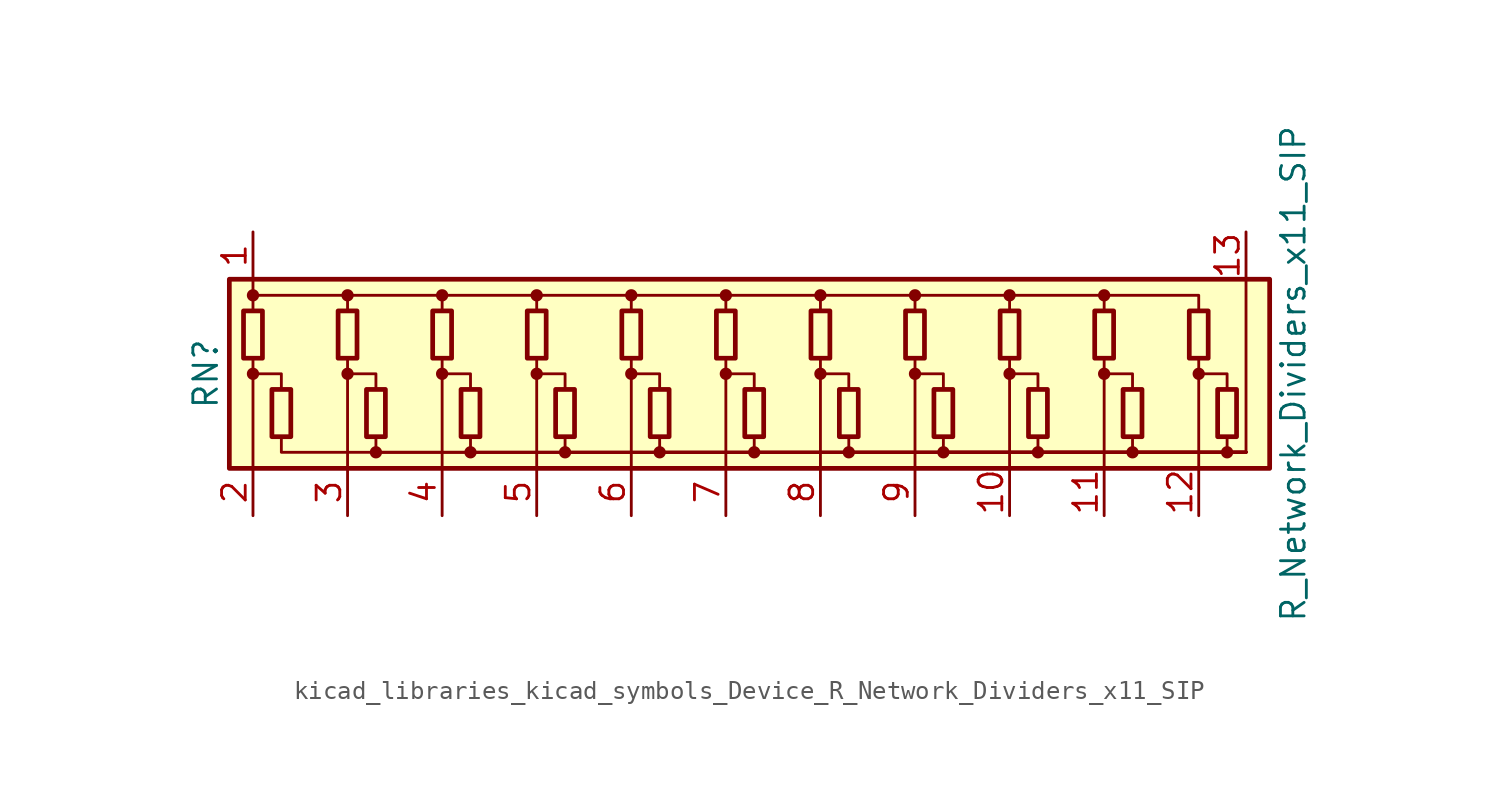
<source format=kicad_sym>
(kicad_symbol_lib
  (version 20220914)
  (generator kicad_symbol_editor)
  (symbol "kicad_libraries_kicad_symbols_Device_R_Network_Dividers_x11_SIP"
    (pin_names
      (offset 0) hide)
    (property "Reference" "RN"
      (at -27.94 0 90)
      (effects (font (size 1.27 1.27))))
    (property "Value" "R_Network_Dividers_x11_SIP"
      (at 30.48 0 90)
      (effects (font (size 1.27 1.27))))
    (symbol "kicad_libraries_kicad_symbols_Device_R_Network_Dividers_x11_SIP_0_1"
      (rectangle (start -26.67 -5.08) (end 29.21 5.08) (stroke (width 0.254) (type default)) (fill (type background)))
      (rectangle (start -25.908 3.378) (end -24.892 0.838) (stroke (width 0.254) (type default)) (fill (type none)))
      (circle (center -25.4 0) (radius 0.254) (stroke (width 0) (type default)) (fill (type outline)))
      (circle (center -25.4 4.216) (radius 0.254) (stroke (width 0) (type default)) (fill (type outline)))
      (rectangle (start -24.384 -3.378) (end -23.368 -0.838) (stroke (width 0.254) (type default)) (fill (type none)))
      (rectangle (start -20.828 3.378) (end -19.812 0.838) (stroke (width 0.254) (type default)) (fill (type none)))
      (circle (center -20.32 0) (radius 0.254) (stroke (width 0) (type default)) (fill (type outline)))
      (circle (center -20.32 4.216) (radius 0.254) (stroke (width 0) (type default)) (fill (type outline)))
      (rectangle (start -19.304 -3.378) (end -18.288 -0.838) (stroke (width 0.254) (type default)) (fill (type none)))
      (circle (center -18.796 -4.216) (radius 0.254) (stroke (width 0) (type default)) (fill (type outline)))
      (rectangle (start -15.748 3.378) (end -14.732 0.838) (stroke (width 0.254) (type default)) (fill (type none)))
      (circle (center -15.24 0) (radius 0.254) (stroke (width 0) (type default)) (fill (type outline)))
      (circle (center -15.24 4.216) (radius 0.254) (stroke (width 0) (type default)) (fill (type outline)))
      (rectangle (start -14.224 -3.378) (end -13.208 -0.838) (stroke (width 0.254) (type default)) (fill (type none)))
      (circle (center -13.716 -4.216) (radius 0.254) (stroke (width 0) (type default)) (fill (type outline)))
      (rectangle (start -10.668 3.378) (end -9.652 0.838) (stroke (width 0.254) (type default)) (fill (type none)))
      (circle (center -10.16 0) (radius 0.254) (stroke (width 0) (type default)) (fill (type outline)))
      (circle (center -10.16 4.216) (radius 0.254) (stroke (width 0) (type default)) (fill (type outline)))
      (rectangle (start -9.144 -3.378) (end -8.128 -0.838) (stroke (width 0.254) (type default)) (fill (type none)))
      (circle (center -8.636 -4.216) (radius 0.254) (stroke (width 0) (type default)) (fill (type outline)))
      (rectangle (start -5.588 3.378) (end -4.572 0.838) (stroke (width 0.254) (type default)) (fill (type none)))
      (circle (center -5.08 0) (radius 0.254) (stroke (width 0) (type default)) (fill (type outline)))
      (circle (center -5.08 4.216) (radius 0.254) (stroke (width 0) (type default)) (fill (type outline)))
      (rectangle (start -4.064 -3.378) (end -3.048 -0.838) (stroke (width 0.254) (type default)) (fill (type none)))
      (circle (center -3.556 -4.216) (radius 0.254) (stroke (width 0) (type default)) (fill (type outline)))
      (rectangle (start -0.508 3.378) (end 0.508 0.838) (stroke (width 0.254) (type default)) (fill (type none)))
      (polyline (pts (xy -25.4 -5.08) (xy -25.4 0.838)) (stroke (width 0) (type default)) (fill (type none)))
      (polyline (pts (xy -25.4 5.08) (xy -25.4 3.378)) (stroke (width 0) (type default)) (fill (type none)))
      (polyline (pts (xy -20.32 -5.08) (xy -20.32 0.838)) (stroke (width 0) (type default)) (fill (type none)))
      (polyline (pts (xy -15.24 -5.08) (xy -15.24 0.838)) (stroke (width 0) (type default)) (fill (type none)))
      (polyline (pts (xy -10.16 -5.08) (xy -10.16 0.838)) (stroke (width 0) (type default)) (fill (type none)))
      (polyline (pts (xy -5.08 -5.08) (xy -5.08 0.838)) (stroke (width 0) (type default)) (fill (type none)))
      (polyline (pts (xy 0 -5.08) (xy 0 0.838)) (stroke (width 0) (type default)) (fill (type none)))
      (polyline (pts (xy 5.08 -5.08) (xy 5.08 0.838)) (stroke (width 0) (type default)) (fill (type none)))
      (polyline (pts (xy 10.16 -5.08) (xy 10.16 0.838)) (stroke (width 0) (type default)) (fill (type none)))
      (polyline (pts (xy 15.24 -5.08) (xy 15.24 0.838)) (stroke (width 0) (type default)) (fill (type none)))
      (polyline (pts (xy 20.32 -5.08) (xy 20.32 0.838)) (stroke (width 0) (type default)) (fill (type none)))
      (polyline (pts (xy 25.4 -5.08) (xy 25.4 0.838)) (stroke (width 0) (type default)) (fill (type none)))
      (polyline (pts (xy 27.94 -4.216) (xy 27.94 5.08)) (stroke (width 0) (type default)) (fill (type none)))
      (polyline (pts (xy -25.4 0) (xy -23.876 0) (xy -23.876 -0.838)) (stroke (width 0) (type default)) (fill (type none)))
      (polyline (pts (xy -25.4 4.216) (xy -20.32 4.216) (xy -20.32 3.378)) (stroke (width 0) (type default)) (fill (type none)))
      (polyline (pts (xy -23.876 -3.378) (xy -23.876 -4.216) (xy 27.94 -4.216)) (stroke (width 0) (type default)) (fill (type none)))
      (polyline (pts (xy -20.32 0) (xy -18.796 0) (xy -18.796 -0.838)) (stroke (width 0) (type default)) (fill (type none)))
      (polyline (pts (xy -20.32 4.216) (xy -15.24 4.216) (xy -15.24 3.378)) (stroke (width 0) (type default)) (fill (type none)))
      (polyline (pts (xy -18.796 -3.378) (xy -18.796 -4.216) (xy 27.94 -4.216)) (stroke (width 0) (type default)) (fill (type none)))
      (polyline (pts (xy -15.24 0) (xy -13.716 0) (xy -13.716 -0.838)) (stroke (width 0) (type default)) (fill (type none)))
      (polyline (pts (xy -15.24 4.216) (xy -10.16 4.216) (xy -10.16 3.378)) (stroke (width 0) (type default)) (fill (type none)))
      (polyline (pts (xy -13.716 -3.378) (xy -13.716 -4.216) (xy 27.94 -4.216)) (stroke (width 0) (type default)) (fill (type none)))
      (polyline (pts (xy -10.16 0) (xy -8.636 0) (xy -8.636 -0.838)) (stroke (width 0) (type default)) (fill (type none)))
      (polyline (pts (xy -10.16 4.216) (xy -5.08 4.216) (xy -5.08 3.378)) (stroke (width 0) (type default)) (fill (type none)))
      (polyline (pts (xy -8.636 -3.378) (xy -8.636 -4.216) (xy 27.94 -4.216)) (stroke (width 0) (type default)) (fill (type none)))
      (polyline (pts (xy -5.08 0) (xy -3.556 0) (xy -3.556 -0.838)) (stroke (width 0) (type default)) (fill (type none)))
      (polyline (pts (xy -5.08 4.216) (xy 0 4.216) (xy 0 3.378)) (stroke (width 0) (type default)) (fill (type none)))
      (polyline (pts (xy -3.556 -3.378) (xy -3.556 -4.216) (xy 27.94 -4.216)) (stroke (width 0) (type default)) (fill (type none)))
      (polyline (pts (xy 0 0) (xy 1.524 0) (xy 1.524 -0.838)) (stroke (width 0) (type default)) (fill (type none)))
      (polyline (pts (xy 0 4.216) (xy 5.08 4.216) (xy 5.08 3.378)) (stroke (width 0) (type default)) (fill (type none)))
      (polyline (pts (xy 1.524 -3.378) (xy 1.524 -4.216) (xy 27.94 -4.216)) (stroke (width 0) (type default)) (fill (type none)))
      (polyline (pts (xy 5.08 0) (xy 6.604 0) (xy 6.604 -0.838)) (stroke (width 0) (type default)) (fill (type none)))
      (polyline (pts (xy 5.08 4.216) (xy 10.16 4.216) (xy 10.16 3.378)) (stroke (width 0) (type default)) (fill (type none)))
      (polyline (pts (xy 6.604 -3.378) (xy 6.604 -4.216) (xy 27.94 -4.216)) (stroke (width 0) (type default)) (fill (type none)))
      (polyline (pts (xy 10.16 0) (xy 11.684 0) (xy 11.684 -0.838)) (stroke (width 0) (type default)) (fill (type none)))
      (polyline (pts (xy 10.16 4.216) (xy 15.24 4.216) (xy 15.24 3.378)) (stroke (width 0) (type default)) (fill (type none)))
      (polyline (pts (xy 11.684 -3.378) (xy 11.684 -4.216) (xy 27.94 -4.216)) (stroke (width 0) (type default)) (fill (type none)))
      (polyline (pts (xy 15.24 0) (xy 16.764 0) (xy 16.764 -0.838)) (stroke (width 0) (type default)) (fill (type none)))
      (polyline (pts (xy 15.24 4.216) (xy 20.32 4.216) (xy 20.32 3.378)) (stroke (width 0) (type default)) (fill (type none)))
      (polyline (pts (xy 16.764 -3.378) (xy 16.764 -4.216) (xy 27.94 -4.216)) (stroke (width 0) (type default)) (fill (type none)))
      (polyline (pts (xy 20.32 0) (xy 21.844 0) (xy 21.844 -0.838)) (stroke (width 0) (type default)) (fill (type none)))
      (polyline (pts (xy 20.32 4.216) (xy 25.4 4.216) (xy 25.4 3.378)) (stroke (width 0) (type default)) (fill (type none)))
      (polyline (pts (xy 21.844 -3.378) (xy 21.844 -4.216) (xy 27.94 -4.216)) (stroke (width 0) (type default)) (fill (type none)))
      (polyline (pts (xy 25.4 0) (xy 26.924 0) (xy 26.924 -0.838)) (stroke (width 0) (type default)) (fill (type none)))
      (polyline (pts (xy 26.924 -3.378) (xy 26.924 -4.216) (xy 27.94 -4.216)) (stroke (width 0) (type default)) (fill (type none)))
      (circle (center 0 0) (radius 0.254) (stroke (width 0) (type default)) (fill (type outline)))
      (circle (center 0 4.216) (radius 0.254) (stroke (width 0) (type default)) (fill (type outline)))
      (rectangle (start 1.016 -3.378) (end 2.032 -0.838) (stroke (width 0.254) (type default)) (fill (type none)))
      (circle (center 1.524 -4.216) (radius 0.254) (stroke (width 0) (type default)) (fill (type outline)))
      (rectangle (start 4.572 3.378) (end 5.588 0.838) (stroke (width 0.254) (type default)) (fill (type none)))
      (circle (center 5.08 0) (radius 0.254) (stroke (width 0) (type default)) (fill (type outline)))
      (circle (center 5.08 4.216) (radius 0.254) (stroke (width 0) (type default)) (fill (type outline)))
      (rectangle (start 6.096 -3.378) (end 7.112 -0.838) (stroke (width 0.254) (type default)) (fill (type none)))
      (circle (center 6.604 -4.216) (radius 0.254) (stroke (width 0) (type default)) (fill (type outline)))
      (rectangle (start 9.652 3.378) (end 10.668 0.838) (stroke (width 0.254) (type default)) (fill (type none)))
      (circle (center 10.16 0) (radius 0.254) (stroke (width 0) (type default)) (fill (type outline)))
      (circle (center 10.16 4.216) (radius 0.254) (stroke (width 0) (type default)) (fill (type outline)))
      (rectangle (start 11.176 -3.378) (end 12.192 -0.838) (stroke (width 0.254) (type default)) (fill (type none)))
      (circle (center 11.684 -4.216) (radius 0.254) (stroke (width 0) (type default)) (fill (type outline)))
      (rectangle (start 14.732 3.378) (end 15.748 0.838) (stroke (width 0.254) (type default)) (fill (type none)))
      (circle (center 15.24 0) (radius 0.254) (stroke (width 0) (type default)) (fill (type outline)))
      (circle (center 15.24 4.216) (radius 0.254) (stroke (width 0) (type default)) (fill (type outline)))
      (rectangle (start 16.256 -3.378) (end 17.272 -0.838) (stroke (width 0.254) (type default)) (fill (type none)))
      (circle (center 16.764 -4.216) (radius 0.254) (stroke (width 0) (type default)) (fill (type outline)))
      (rectangle (start 19.812 3.378) (end 20.828 0.838) (stroke (width 0.254) (type default)) (fill (type none)))
      (circle (center 20.32 0) (radius 0.254) (stroke (width 0) (type default)) (fill (type outline)))
      (circle (center 20.32 4.216) (radius 0.254) (stroke (width 0) (type default)) (fill (type outline)))
      (rectangle (start 21.336 -3.378) (end 22.352 -0.838) (stroke (width 0.254) (type default)) (fill (type none)))
      (circle (center 21.844 -4.216) (radius 0.254) (stroke (width 0) (type default)) (fill (type outline)))
      (rectangle (start 24.892 3.378) (end 25.908 0.838) (stroke (width 0.254) (type default)) (fill (type none)))
      (circle (center 25.4 0) (radius 0.254) (stroke (width 0) (type default)) (fill (type outline)))
      (rectangle (start 26.416 -3.378) (end 27.432 -0.838) (stroke (width 0.254) (type default)) (fill (type none)))
      (circle (center 26.924 -4.216) (radius 0.254) (stroke (width 0) (type default)) (fill (type outline))))
    (symbol "kicad_libraries_kicad_symbols_Device_R_Network_Dividers_x11_SIP_1_1"
      (pin passive line (at -25.4 7.62 270) (length 2.54) (name "COM1" (effects (font (size 1.27 1.27)))) (number "1" (effects (font (size 1.27 1.27)))))
      (pin passive line (at 15.24 -7.62 90) (length 2.54) (name "R9" (effects (font (size 1.27 1.27)))) (number "10" (effects (font (size 1.27 1.27)))))
      (pin passive line (at 20.32 -7.62 90) (length 2.54) (name "R10" (effects (font (size 1.27 1.27)))) (number "11" (effects (font (size 1.27 1.27)))))
      (pin passive line (at 25.4 -7.62 90) (length 2.54) (name "R11" (effects (font (size 1.27 1.27)))) (number "12" (effects (font (size 1.27 1.27)))))
      (pin passive line (at 27.94 7.62 270) (length 2.54) (name "COM2" (effects (font (size 1.27 1.27)))) (number "13" (effects (font (size 1.27 1.27)))))
      (pin passive line (at -25.4 -7.62 90) (length 2.54) (name "R1" (effects (font (size 1.27 1.27)))) (number "2" (effects (font (size 1.27 1.27)))))
      (pin passive line (at -20.32 -7.62 90) (length 2.54) (name "R2" (effects (font (size 1.27 1.27)))) (number "3" (effects (font (size 1.27 1.27)))))
      (pin passive line (at -15.24 -7.62 90) (length 2.54) (name "R3" (effects (font (size 1.27 1.27)))) (number "4" (effects (font (size 1.27 1.27)))))
      (pin passive line (at -10.16 -7.62 90) (length 2.54) (name "R4" (effects (font (size 1.27 1.27)))) (number "5" (effects (font (size 1.27 1.27)))))
      (pin passive line (at -5.08 -7.62 90) (length 2.54) (name "R5" (effects (font (size 1.27 1.27)))) (number "6" (effects (font (size 1.27 1.27)))))
      (pin passive line (at 0 -7.62 90) (length 2.54) (name "R6" (effects (font (size 1.27 1.27)))) (number "7" (effects (font (size 1.27 1.27)))))
      (pin passive line (at 5.08 -7.62 90) (length 2.54) (name "R7" (effects (font (size 1.27 1.27)))) (number "8" (effects (font (size 1.27 1.27)))))
      (pin passive line (at 10.16 -7.62 90) (length 2.54) (name "R8" (effects (font (size 1.27 1.27)))) (number "9" (effects (font (size 1.27 1.27))))))))
</source>
